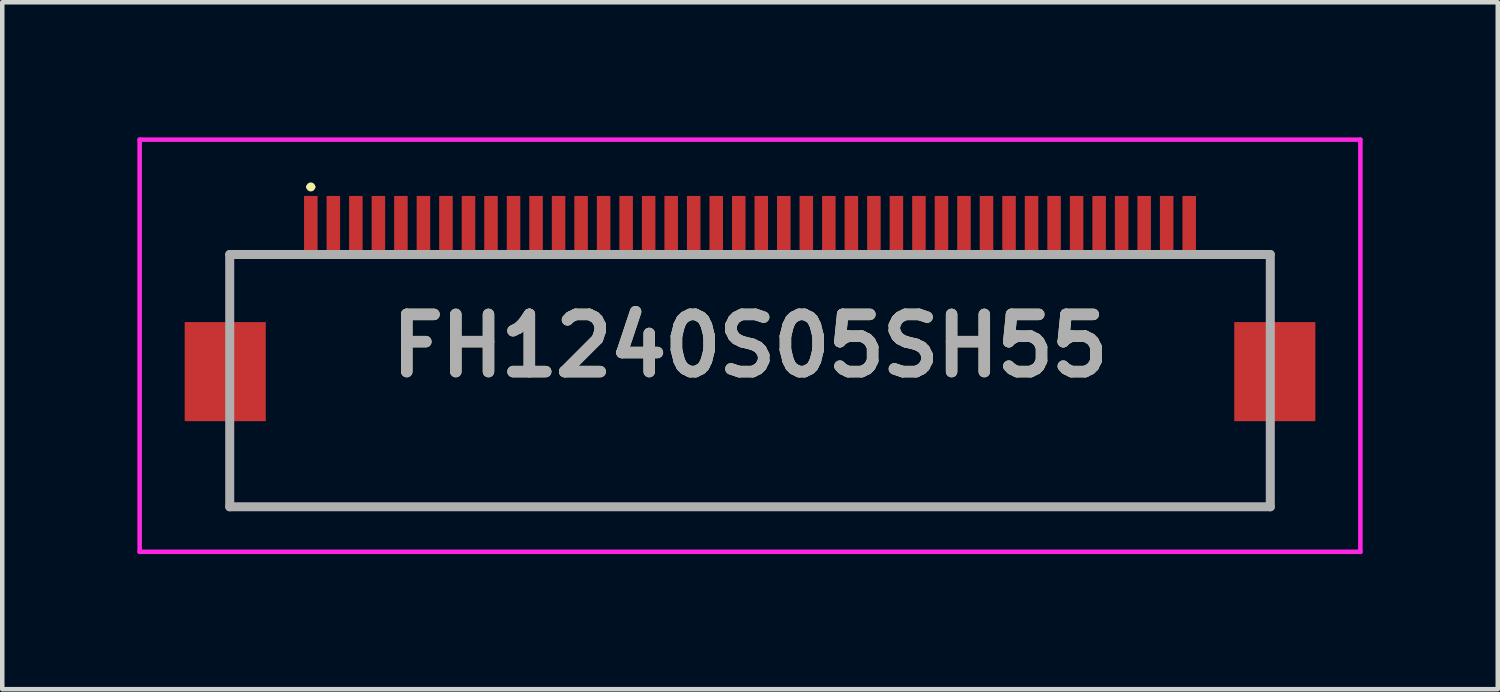
<source format=kicad_pcb>
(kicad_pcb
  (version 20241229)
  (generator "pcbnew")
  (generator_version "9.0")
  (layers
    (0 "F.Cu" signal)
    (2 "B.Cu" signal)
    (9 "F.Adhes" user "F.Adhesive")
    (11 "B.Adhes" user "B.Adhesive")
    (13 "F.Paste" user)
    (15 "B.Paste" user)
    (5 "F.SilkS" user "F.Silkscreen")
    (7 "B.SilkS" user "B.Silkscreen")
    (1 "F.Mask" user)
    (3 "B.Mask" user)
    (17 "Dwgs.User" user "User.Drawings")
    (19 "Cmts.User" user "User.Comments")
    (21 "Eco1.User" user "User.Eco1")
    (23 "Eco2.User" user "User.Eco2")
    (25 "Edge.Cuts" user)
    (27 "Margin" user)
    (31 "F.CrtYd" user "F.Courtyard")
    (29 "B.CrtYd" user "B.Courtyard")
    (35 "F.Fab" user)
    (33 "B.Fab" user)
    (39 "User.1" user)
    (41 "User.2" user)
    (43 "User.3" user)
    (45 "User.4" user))
  (footprint "FH1240S05SH55"
    (layer "F.Cu")
    (at 13.6 4.625)
    (property "Reference" "FH1240S05SH55" (at 0 0 0) (layer "F.SilkS") (effects (font (size 1.27 1.27) (thickness 0.254))))
    (attr smd)
    (fp_line (start -11.55 -2.025) (end -11.55 -1.025) (stroke (width 0.1) (type solid)) (layer "F.SilkS"))
    (fp_line (start -11.5 -2.025) (end -11.55 -2.025) (stroke (width 0.1) (type solid)) (layer "F.SilkS"))
    (fp_line (start -10.5 -2.025) (end -11.5 -2.025) (stroke (width 0.1) (type solid)) (layer "F.SilkS"))
    (fp_line (start -9.8 -3.525) (end -9.8 -3.525) (stroke (width 0.1) (type solid)) (layer "F.SilkS"))
    (fp_line (start -9.7 -3.525) (end -9.7 -3.525) (stroke (width 0.1) (type solid)) (layer "F.SilkS"))
    (fp_line (start 10.5 -2.025) (end 11.55 -2.025) (stroke (width 0.1) (type solid)) (layer "F.SilkS"))
    (fp_line (start 11.55 -2.025) (end 11.55 -1.025) (stroke (width 0.1) (type solid)) (layer "F.SilkS"))
    (fp_arc (start -9.8 -3.525) (mid -9.75 -3.575) (end -9.7 -3.525) (stroke (width 0.1) (type solid)) (layer "F.SilkS"))
    (fp_arc (start -9.7 -3.525) (mid -9.75 -3.475) (end -9.8 -3.525) (stroke (width 0.1) (type solid)) (layer "F.SilkS"))
    (fp_line (start -13.55 -4.575) (end 13.55 -4.575) (stroke (width 0.1) (type solid)) (layer "F.CrtYd"))
    (fp_line (start -13.55 4.575) (end -13.55 -4.575) (stroke (width 0.1) (type solid)) (layer "F.CrtYd"))
    (fp_line (start 13.55 -4.575) (end 13.55 4.575) (stroke (width 0.1) (type solid)) (layer "F.CrtYd"))
    (fp_line (start 13.55 4.575) (end -13.55 4.575) (stroke (width 0.1) (type solid)) (layer "F.CrtYd"))
    (fp_line (start -11.55 -2.025) (end 11.55 -2.025) (stroke (width 0.2) (type solid)) (layer "F.Fab"))
    (fp_line (start -11.55 3.575) (end -11.55 -2.025) (stroke (width 0.2) (type solid)) (layer "F.Fab"))
    (fp_line (start 11.55 -2.025) (end 11.55 3.575) (stroke (width 0.2) (type solid)) (layer "F.Fab"))
    (fp_line (start 11.55 3.575) (end -11.55 3.575) (stroke (width 0.2) (type solid)) (layer "F.Fab"))
    (fp_text user "${REFERENCE}" (at 0 0 0) (layer "F.Fab") (effects (font (size 1.27 1.27) (thickness 0.254))))
    (pad "1" smd rect (at -9.75 -2.675) (size 0.3 1.3) (layers "F.Cu" "F.Mask" "F.Paste"))
    (pad "2" smd rect (at -9.25 -2.675) (size 0.3 1.3) (layers "F.Cu" "F.Mask" "F.Paste"))
    (pad "3" smd rect (at -8.75 -2.675) (size 0.3 1.3) (layers "F.Cu" "F.Mask" "F.Paste"))
    (pad "4" smd rect (at -8.25 -2.675) (size 0.3 1.3) (layers "F.Cu" "F.Mask" "F.Paste"))
    (pad "5" smd rect (at -7.75 -2.675) (size 0.3 1.3) (layers "F.Cu" "F.Mask" "F.Paste"))
    (pad "6" smd rect (at -7.25 -2.675) (size 0.3 1.3) (layers "F.Cu" "F.Mask" "F.Paste"))
    (pad "7" smd rect (at -6.75 -2.675) (size 0.3 1.3) (layers "F.Cu" "F.Mask" "F.Paste"))
    (pad "8" smd rect (at -6.25 -2.675) (size 0.3 1.3) (layers "F.Cu" "F.Mask" "F.Paste"))
    (pad "9" smd rect (at -5.75 -2.675) (size 0.3 1.3) (layers "F.Cu" "F.Mask" "F.Paste"))
    (pad "10" smd rect (at -5.25 -2.675) (size 0.3 1.3) (layers "F.Cu" "F.Mask" "F.Paste"))
    (pad "11" smd rect (at -4.75 -2.675) (size 0.3 1.3) (layers "F.Cu" "F.Mask" "F.Paste"))
    (pad "12" smd rect (at -4.25 -2.675) (size 0.3 1.3) (layers "F.Cu" "F.Mask" "F.Paste"))
    (pad "13" smd rect (at -3.75 -2.675) (size 0.3 1.3) (layers "F.Cu" "F.Mask" "F.Paste"))
    (pad "14" smd rect (at -3.25 -2.675) (size 0.3 1.3) (layers "F.Cu" "F.Mask" "F.Paste"))
    (pad "15" smd rect (at -2.75 -2.675) (size 0.3 1.3) (layers "F.Cu" "F.Mask" "F.Paste"))
    (pad "16" smd rect (at -2.25 -2.675) (size 0.3 1.3) (layers "F.Cu" "F.Mask" "F.Paste"))
    (pad "17" smd rect (at -1.75 -2.675) (size 0.3 1.3) (layers "F.Cu" "F.Mask" "F.Paste"))
    (pad "18" smd rect (at -1.25 -2.675) (size 0.3 1.3) (layers "F.Cu" "F.Mask" "F.Paste"))
    (pad "19" smd rect (at -0.75 -2.675) (size 0.3 1.3) (layers "F.Cu" "F.Mask" "F.Paste"))
    (pad "20" smd rect (at -0.25 -2.675) (size 0.3 1.3) (layers "F.Cu" "F.Mask" "F.Paste"))
    (pad "21" smd rect (at 0.25 -2.675) (size 0.3 1.3) (layers "F.Cu" "F.Mask" "F.Paste"))
    (pad "22" smd rect (at 0.75 -2.675) (size 0.3 1.3) (layers "F.Cu" "F.Mask" "F.Paste"))
    (pad "23" smd rect (at 1.25 -2.675) (size 0.3 1.3) (layers "F.Cu" "F.Mask" "F.Paste"))
    (pad "24" smd rect (at 1.75 -2.675) (size 0.3 1.3) (layers "F.Cu" "F.Mask" "F.Paste"))
    (pad "25" smd rect (at 2.25 -2.675) (size 0.3 1.3) (layers "F.Cu" "F.Mask" "F.Paste"))
    (pad "26" smd rect (at 2.75 -2.675) (size 0.3 1.3) (layers "F.Cu" "F.Mask" "F.Paste"))
    (pad "27" smd rect (at 3.25 -2.675) (size 0.3 1.3) (layers "F.Cu" "F.Mask" "F.Paste"))
    (pad "28" smd rect (at 3.75 -2.675) (size 0.3 1.3) (layers "F.Cu" "F.Mask" "F.Paste"))
    (pad "29" smd rect (at 4.25 -2.675) (size 0.3 1.3) (layers "F.Cu" "F.Mask" "F.Paste"))
    (pad "30" smd rect (at 4.75 -2.675) (size 0.3 1.3) (layers "F.Cu" "F.Mask" "F.Paste"))
    (pad "31" smd rect (at 5.25 -2.675) (size 0.3 1.3) (layers "F.Cu" "F.Mask" "F.Paste"))
    (pad "32" smd rect (at 5.75 -2.675) (size 0.3 1.3) (layers "F.Cu" "F.Mask" "F.Paste"))
    (pad "33" smd rect (at 6.25 -2.675) (size 0.3 1.3) (layers "F.Cu" "F.Mask" "F.Paste"))
    (pad "34" smd rect (at 6.75 -2.675) (size 0.3 1.3) (layers "F.Cu" "F.Mask" "F.Paste"))
    (pad "35" smd rect (at 7.25 -2.675) (size 0.3 1.3) (layers "F.Cu" "F.Mask" "F.Paste"))
    (pad "36" smd rect (at 7.75 -2.675) (size 0.3 1.3) (layers "F.Cu" "F.Mask" "F.Paste"))
    (pad "37" smd rect (at 8.25 -2.675) (size 0.3 1.3) (layers "F.Cu" "F.Mask" "F.Paste"))
    (pad "38" smd rect (at 8.75 -2.675) (size 0.3 1.3) (layers "F.Cu" "F.Mask" "F.Paste"))
    (pad "39" smd rect (at 9.25 -2.675) (size 0.3 1.3) (layers "F.Cu" "F.Mask" "F.Paste"))
    (pad "40" smd rect (at 9.75 -2.675) (size 0.3 1.3) (layers "F.Cu" "F.Mask" "F.Paste"))
    (pad "41" smd rect (at -11.65 0.575) (size 1.8 2.2) (layers "F.Cu" "F.Mask" "F.Paste"))
    (pad "42" smd rect (at 11.65 0.575) (size 1.8 2.2) (layers "F.Cu" "F.Mask" "F.Paste")))
  (gr_rect
    (start -3 -3)
    (end 30.2 12.25)
    (stroke (width 0.1) (type default))
    (fill no)
    (layer "Edge.Cuts")))
</source>
